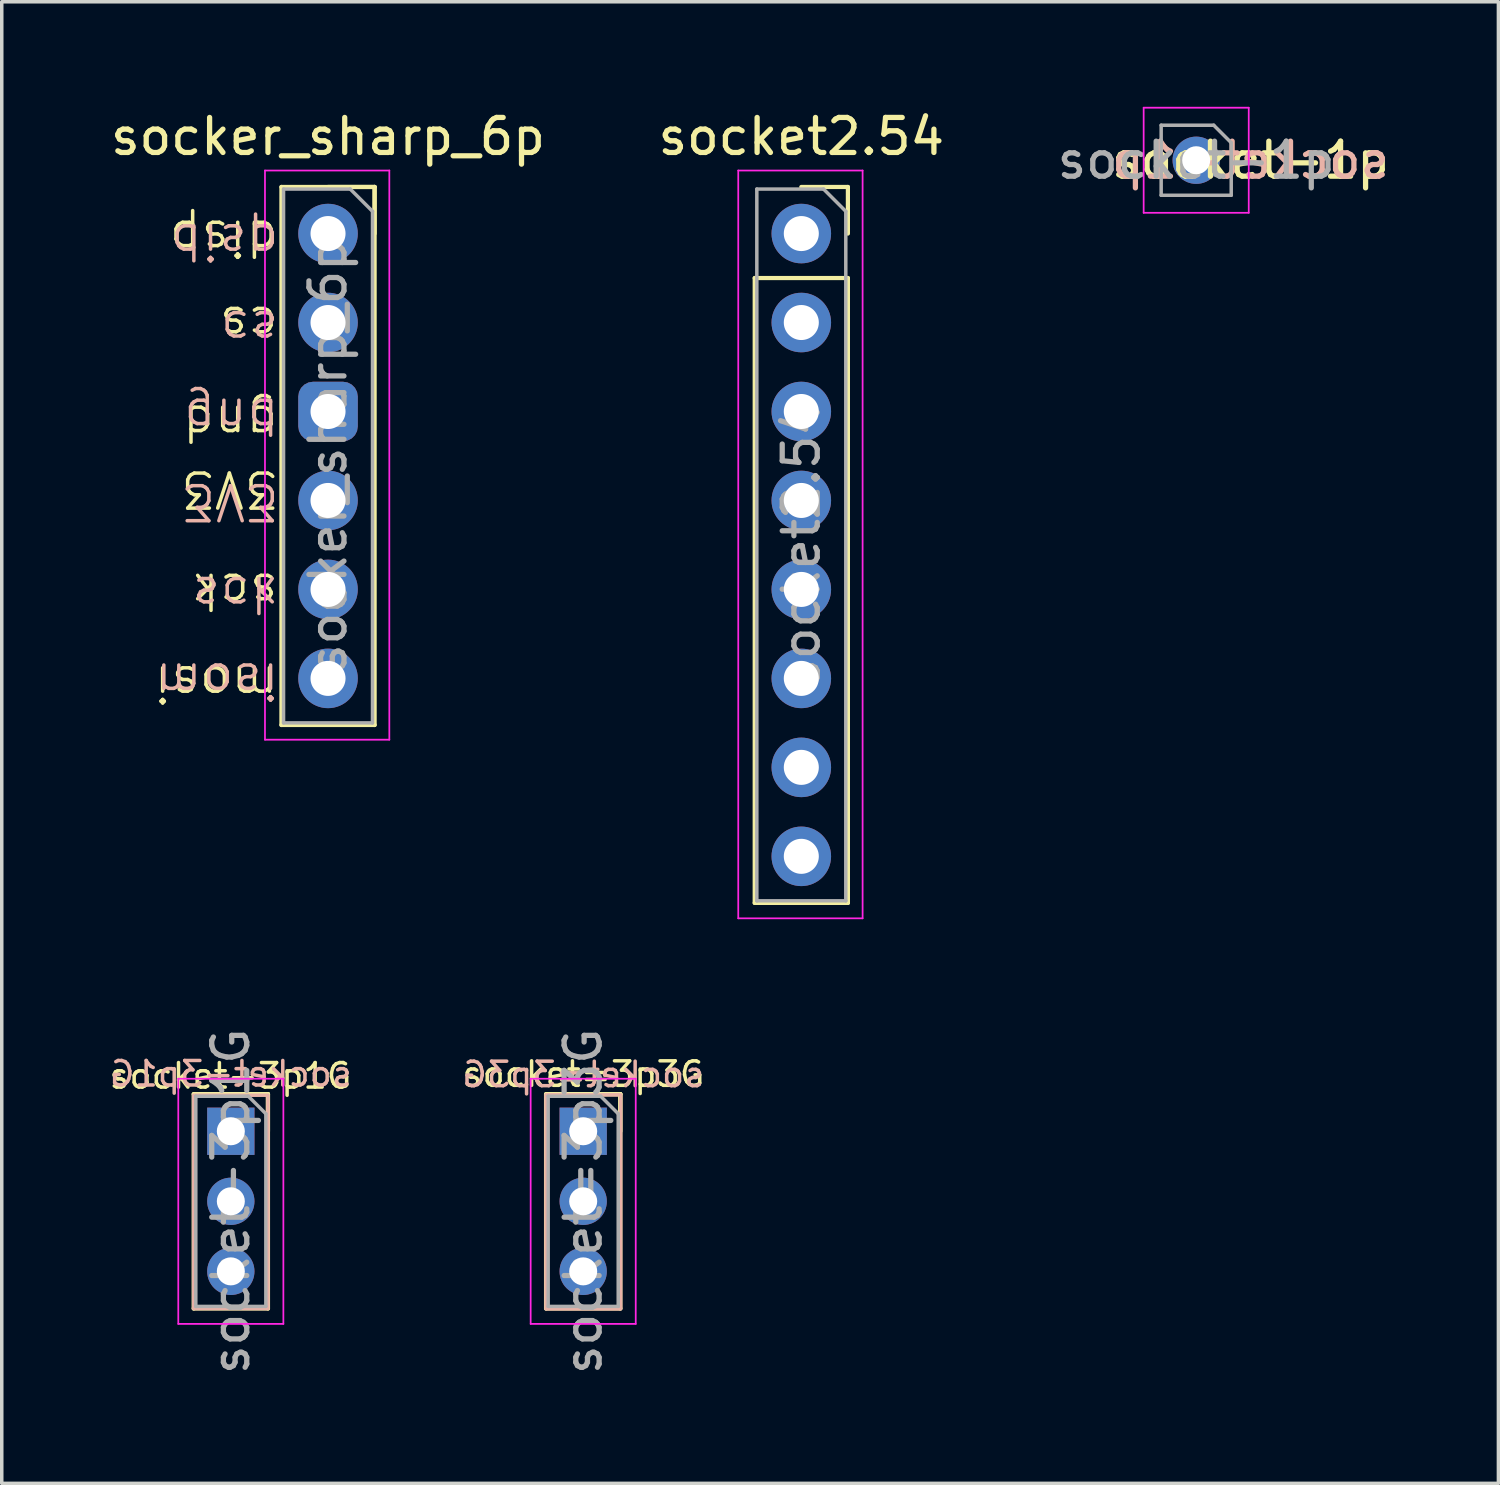
<source format=kicad_pcb>
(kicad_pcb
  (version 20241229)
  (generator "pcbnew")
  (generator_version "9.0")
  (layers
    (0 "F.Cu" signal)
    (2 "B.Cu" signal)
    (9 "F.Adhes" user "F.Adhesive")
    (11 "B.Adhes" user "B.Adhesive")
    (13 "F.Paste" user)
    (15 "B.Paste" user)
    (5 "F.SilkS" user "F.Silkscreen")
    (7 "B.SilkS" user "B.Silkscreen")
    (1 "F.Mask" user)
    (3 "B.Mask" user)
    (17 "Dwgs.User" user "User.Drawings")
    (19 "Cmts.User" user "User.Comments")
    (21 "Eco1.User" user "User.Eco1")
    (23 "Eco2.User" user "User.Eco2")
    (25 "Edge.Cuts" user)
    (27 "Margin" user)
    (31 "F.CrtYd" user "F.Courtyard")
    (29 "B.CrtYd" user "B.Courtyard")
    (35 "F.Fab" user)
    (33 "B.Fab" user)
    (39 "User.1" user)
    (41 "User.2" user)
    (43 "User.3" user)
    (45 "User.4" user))
  (footprint "socket-1p"
    (layer "F.Cu")
    (at 31.101 1.525)
    (property "Reference" "socket-1p" (at 1.55 0 0) (layer "F.SilkS") (effects (font (size 1 1) (thickness 0.15))))
    (attr through_hole)
    (fp_line (start -1.5 -1.5) (end 1.5 -1.5) (stroke (width 0.05) (type solid)) (layer "F.CrtYd"))
    (fp_line (start -1.5 1.5) (end -1.5 -1.5) (stroke (width 0.05) (type solid)) (layer "F.CrtYd"))
    (fp_line (start 1.5 -1.5) (end 1.5 1.5) (stroke (width 0.05) (type solid)) (layer "F.CrtYd"))
    (fp_line (start 1.5 1.5) (end -1.5 1.5) (stroke (width 0.05) (type solid)) (layer "F.CrtYd"))
    (fp_line (start -1 -1) (end 0.5 -1) (stroke (width 0.1) (type solid)) (layer "F.Fab"))
    (fp_line (start -1 1) (end -1 -1) (stroke (width 0.1) (type solid)) (layer "F.Fab"))
    (fp_line (start 0.5 -1) (end 1 -0.5) (stroke (width 0.1) (type solid)) (layer "F.Fab"))
    (fp_line (start 1 -0.5) (end 1 1) (stroke (width 0.1) (type solid)) (layer "F.Fab"))
    (fp_line (start 1 1) (end -1 1) (stroke (width 0.1) (type solid)) (layer "F.Fab"))
    (fp_text user "${REFERENCE}" (at 1.55 0 0) (layer "B.SilkS") (effects (font (size 1 1) (thickness 0.15)) (justify mirror)))
    (fp_text user "${REFERENCE}" (at 0 0 0) (layer "F.Fab") (effects (font (size 1 1) (thickness 0.15))))
    (pad "1" thru_hole circle (at 0 0) (size 1.35 1.35) (drill 0.8) (layers "*.Cu" "*.Mask")))
  (footprint "socker_sharp_6p"
    (layer "F.Cu")
    (at 6.315 3.618)
    (property "Reference" "socker_sharp_6p" (at 0 -2.77 0) (layer "F.SilkS") (effects (font (size 1 1) (thickness 0.15))))
    (attr through_hole)
    (fp_line (start -1.33 -1.33) (end -1.33 14.03) (stroke (width 0.12) (type solid)) (layer "F.SilkS"))
    (fp_line (start -1.33 -1.33) (end 1.33 -1.33) (stroke (width 0.12) (type solid)) (layer "F.SilkS"))
    (fp_line (start -1.33 14.03) (end 1.33 14.03) (stroke (width 0.12) (type solid)) (layer "F.SilkS"))
    (fp_line (start 0 -1.33) (end 1.33 -1.33) (stroke (width 0.12) (type solid)) (layer "F.SilkS"))
    (fp_line (start 1.33 -1.33) (end 1.33 0) (stroke (width 0.12) (type solid)) (layer "F.SilkS"))
    (fp_line (start 1.33 -1.33) (end 1.33 14.03) (stroke (width 0.12) (type solid)) (layer "F.SilkS"))
    (fp_line (start -1.8 -1.8) (end 1.75 -1.8) (stroke (width 0.05) (type solid)) (layer "F.CrtYd"))
    (fp_line (start -1.8 14.45) (end -1.8 -1.8) (stroke (width 0.05) (type solid)) (layer "F.CrtYd"))
    (fp_line (start 1.75 -1.8) (end 1.75 14.45) (stroke (width 0.05) (type solid)) (layer "F.CrtYd"))
    (fp_line (start 1.75 14.45) (end -1.8 14.45) (stroke (width 0.05) (type solid)) (layer "F.CrtYd"))
    (fp_line (start -1.27 -1.27) (end 0.635 -1.27) (stroke (width 0.1) (type solid)) (layer "F.Fab"))
    (fp_line (start -1.27 13.97) (end -1.27 -1.27) (stroke (width 0.1) (type solid)) (layer "F.Fab"))
    (fp_line (start 0.635 -1.27) (end 1.27 -0.635) (stroke (width 0.1) (type solid)) (layer "F.Fab"))
    (fp_line (start 1.27 -0.635) (end 1.27 13.97) (stroke (width 0.1) (type solid)) (layer "F.Fab"))
    (fp_line (start 1.27 13.97) (end -1.27 13.97) (stroke (width 0.1) (type solid)) (layer "F.Fab"))
    (fp_text user "sck" (at -1.37 9.63 180) (unlocked yes) (layer "F.SilkS") (effects (font (size 1 1) (thickness 0.1)) (justify left bottom)))
    (fp_text user "mosi" (at -1.37 12.27 180) (unlocked yes) (layer "F.SilkS") (effects (font (size 1 1) (thickness 0.1)) (justify left bottom)))
    (fp_text user "3V3" (at -1.37 6.71 180) (unlocked yes) (layer "F.SilkS") (effects (font (size 1 1) (thickness 0.1)) (justify left bottom)))
    (fp_text user "cs" (at -1.37 2.01 180) (unlocked yes) (layer "F.SilkS") (effects (font (size 1 1) (thickness 0.1)) (justify left bottom)))
    (fp_text user "gnd" (at -1.37 4.83 180) (unlocked yes) (layer "F.SilkS") (effects (font (size 1 1) (thickness 0.1)) (justify left bottom)))
    (fp_text user "disp" (at -1.37 -0.45 180) (unlocked yes) (layer "F.SilkS") (effects (font (size 1 1) (thickness 0.1)) (justify left bottom)))
    (fp_text user "3V3" (at -4.23 7.07 180) (unlocked yes) (layer "B.SilkS") (effects (font (size 1 1) (thickness 0.1)) (justify left bottom mirror)))
    (fp_text user "cs" (at -3.135 2.13 180) (unlocked yes) (layer "B.SilkS") (effects (font (size 1 1) (thickness 0.1)) (justify left bottom mirror)))
    (fp_text user "disp" (at -4.563 -0.35 180) (unlocked yes) (layer "B.SilkS") (effects (font (size 1 1) (thickness 0.1)) (justify left bottom mirror)))
    (fp_text user "gnd" (at -4.182 4.63 180) (unlocked yes) (layer "B.SilkS") (effects (font (size 1 1) (thickness 0.1)) (justify left bottom mirror)))
    (fp_text user "mosi" (at -4.992 12.19 180) (unlocked yes) (layer "B.SilkS") (effects (font (size 1 1) (thickness 0.1)) (justify left bottom mirror)))
    (fp_text user "sck" (at -3.944 9.72 180) (unlocked yes) (layer "B.SilkS") (effects (font (size 1 1) (thickness 0.1)) (justify left bottom mirror)))
    (fp_text user "${REFERENCE}" (at 0 6.35 90) (layer "F.Fab") (effects (font (size 1 1) (thickness 0.15))))
    (pad "1" thru_hole circle (at 0 0) (size 1.7 1.7) (drill 1) (layers "*.Cu" "*.Mask"))
    (pad "2" thru_hole oval (at 0 2.54) (size 1.7 1.7) (drill 1) (layers "*.Cu" "*.Mask"))
    (pad "3" thru_hole roundrect (at 0 5.08) (size 1.7 1.7) (drill 1) (layers "*.Cu" "*.Mask") (roundrect_rratio 0.25))
    (pad "4" thru_hole oval (at 0 7.62) (size 1.7 1.7) (drill 1) (layers "*.Cu" "*.Mask"))
    (pad "5" thru_hole oval (at 0 10.16) (size 1.7 1.7) (drill 1) (layers "*.Cu" "*.Mask"))
    (pad "6" thru_hole oval (at 0 12.7) (size 1.7 1.7) (drill 1) (layers "*.Cu" "*.Mask")))
  (footprint "socket=3p3G"
    (layer "F.Cu")
    (at 13.6 29.247)
    (property "Reference" "socket=3p3G" (at 0.01 -1.63 0) (layer "F.SilkS") (effects (font (size 0.7 0.7) (thickness 0.1))))
    (attr through_hole)
    (fp_line (start -1.06 -1.06) (end -1.06 5.06) (stroke (width 0.12) (type solid)) (layer "F.SilkS"))
    (fp_line (start -1.06 -1.06) (end 1.06 -1.06) (stroke (width 0.12) (type solid)) (layer "F.SilkS"))
    (fp_line (start -1.06 5.06) (end 1.06 5.06) (stroke (width 0.12) (type solid)) (layer "F.SilkS"))
    (fp_line (start 0 -1.06) (end 1.06 -1.06) (stroke (width 0.12) (type solid)) (layer "F.SilkS"))
    (fp_line (start 1.06 -1.06) (end 1.06 0) (stroke (width 0.12) (type solid)) (layer "F.SilkS"))
    (fp_line (start 1.06 -1.06) (end 1.06 5.06) (stroke (width 0.12) (type solid)) (layer "F.SilkS"))
    (fp_rect (start -1.06 -1.04) (end 1.07 5.07) (stroke (width 0.1) (type default)) (fill no) (layer "B.SilkS"))
    (fp_line (start -1.5 -1.5) (end 1.5 -1.5) (stroke (width 0.05) (type solid)) (layer "F.CrtYd"))
    (fp_line (start -1.5 5.5) (end -1.5 -1.5) (stroke (width 0.05) (type solid)) (layer "F.CrtYd"))
    (fp_line (start 1.5 -1.5) (end 1.5 5.5) (stroke (width 0.05) (type solid)) (layer "F.CrtYd"))
    (fp_line (start 1.5 5.5) (end -1.5 5.5) (stroke (width 0.05) (type solid)) (layer "F.CrtYd"))
    (fp_line (start -1 -1) (end 0.5 -1) (stroke (width 0.1) (type solid)) (layer "F.Fab"))
    (fp_line (start -1 5) (end -1 -1) (stroke (width 0.1) (type solid)) (layer "F.Fab"))
    (fp_line (start 0.5 -1) (end 1 -0.5) (stroke (width 0.1) (type solid)) (layer "F.Fab"))
    (fp_line (start 1 -0.5) (end 1 5) (stroke (width 0.1) (type solid)) (layer "F.Fab"))
    (fp_line (start 1 5) (end -1 5) (stroke (width 0.1) (type solid)) (layer "F.Fab"))
    (fp_text user "${REFERENCE}" (at 0 -1.62 0) (layer "B.SilkS") (effects (font (size 0.7 0.7) (thickness 0.1)) (justify mirror)))
    (fp_text user "${REFERENCE}" (at 0 2 270) (layer "F.Fab") (effects (font (size 1 1) (thickness 0.15))))
    (pad "1" thru_hole oval (at 0 4) (size 1.35 1.35) (drill 0.8) (layers "*.Cu" "*.Mask"))
    (pad "2" thru_hole oval (at 0 2) (size 1.35 1.35) (drill 0.8) (layers "*.Cu" "*.Mask"))
    (pad "3" thru_hole rect (at 0 0) (size 1.35 1.35) (drill 0.8) (layers "*.Cu" "*.Mask")))
  (footprint "socket-3p1G"
    (layer "F.Cu")
    (at 3.54 29.247)
    (property "Reference" "socket-3p1G" (at -0.01 -1.58 0) (layer "F.SilkS") (effects (font (size 0.7 0.7) (thickness 0.1))))
    (attr through_hole)
    (fp_line (start -1.06 -1.06) (end -1.06 5.06) (stroke (width 0.12) (type solid)) (layer "F.SilkS"))
    (fp_line (start -1.06 -1.06) (end 1.06 -1.06) (stroke (width 0.12) (type solid)) (layer "F.SilkS"))
    (fp_line (start -1.06 5.06) (end 1.06 5.06) (stroke (width 0.12) (type solid)) (layer "F.SilkS"))
    (fp_line (start 0 -1.06) (end 1.06 -1.06) (stroke (width 0.12) (type solid)) (layer "F.SilkS"))
    (fp_line (start 1.06 -1.06) (end 1.06 0) (stroke (width 0.12) (type solid)) (layer "F.SilkS"))
    (fp_line (start 1.06 -1.06) (end 1.06 5.06) (stroke (width 0.12) (type solid)) (layer "F.SilkS"))
    (fp_rect (start -1.06 -1.03) (end 1.06 5.06) (stroke (width 0.1) (type default)) (fill no) (layer "B.SilkS"))
    (fp_line (start -1.5 -1.5) (end 1.5 -1.5) (stroke (width 0.05) (type solid)) (layer "F.CrtYd"))
    (fp_line (start -1.5 5.5) (end -1.5 -1.5) (stroke (width 0.05) (type solid)) (layer "F.CrtYd"))
    (fp_line (start 1.5 -1.5) (end 1.5 5.5) (stroke (width 0.05) (type solid)) (layer "F.CrtYd"))
    (fp_line (start 1.5 5.5) (end -1.5 5.5) (stroke (width 0.05) (type solid)) (layer "F.CrtYd"))
    (fp_line (start -1 -1) (end 0.5 -1) (stroke (width 0.1) (type solid)) (layer "F.Fab"))
    (fp_line (start -1 5) (end -1 -1) (stroke (width 0.1) (type solid)) (layer "F.Fab"))
    (fp_line (start 0.5 -1) (end 1 -0.5) (stroke (width 0.1) (type solid)) (layer "F.Fab"))
    (fp_line (start 1 -0.5) (end 1 5) (stroke (width 0.1) (type solid)) (layer "F.Fab"))
    (fp_line (start 1 5) (end -1 5) (stroke (width 0.1) (type solid)) (layer "F.Fab"))
    (fp_text user "${REFERENCE}" (at 0 -1.64 0) (layer "B.SilkS") (effects (font (size 0.7 0.7) (thickness 0.1)) (justify mirror)))
    (fp_text user "${REFERENCE}" (at 0 2 90) (layer "F.Fab") (effects (font (size 1 1) (thickness 0.15))))
    (pad "1" thru_hole rect (at 0 0) (size 1.35 1.35) (drill 0.8) (layers "*.Cu" "*.Mask"))
    (pad "2" thru_hole oval (at 0 2) (size 1.35 1.35) (drill 0.8) (layers "*.Cu" "*.Mask"))
    (pad "3" thru_hole oval (at 0 4) (size 1.35 1.35) (drill 0.8) (layers "*.Cu" "*.Mask")))
  (footprint "socket2.54"
    (layer "F.Cu")
    (at 19.827 3.618)
    (property "Reference" "socket2.54" (at 0 -2.77 180) (layer "F.SilkS") (effects (font (size 1 1) (thickness 0.15))))
    (attr through_hole)
    (fp_line (start -1.33 1.27) (end -1.33 19.11) (stroke (width 0.12) (type solid)) (layer "F.SilkS"))
    (fp_line (start -1.33 1.27) (end 1.33 1.27) (stroke (width 0.12) (type solid)) (layer "F.SilkS"))
    (fp_line (start -1.33 19.11) (end 1.33 19.11) (stroke (width 0.12) (type solid)) (layer "F.SilkS"))
    (fp_line (start 0 -1.33) (end 1.33 -1.33) (stroke (width 0.12) (type solid)) (layer "F.SilkS"))
    (fp_line (start 1.33 -1.33) (end 1.33 0) (stroke (width 0.12) (type solid)) (layer "F.SilkS"))
    (fp_line (start 1.33 1.27) (end 1.33 19.11) (stroke (width 0.12) (type solid)) (layer "F.SilkS"))
    (fp_line (start -1.8 -1.8) (end 1.75 -1.8) (stroke (width 0.05) (type solid)) (layer "F.CrtYd"))
    (fp_line (start -1.8 19.55) (end -1.8 -1.8) (stroke (width 0.05) (type solid)) (layer "F.CrtYd"))
    (fp_line (start 1.75 -1.8) (end 1.75 19.55) (stroke (width 0.05) (type solid)) (layer "F.CrtYd"))
    (fp_line (start 1.75 19.55) (end -1.8 19.55) (stroke (width 0.05) (type solid)) (layer "F.CrtYd"))
    (fp_line (start -1.27 -1.27) (end 0.635 -1.27) (stroke (width 0.1) (type solid)) (layer "F.Fab"))
    (fp_line (start -1.27 19.05) (end -1.27 -1.27) (stroke (width 0.1) (type solid)) (layer "F.Fab"))
    (fp_line (start 0.635 -1.27) (end 1.27 -0.635) (stroke (width 0.1) (type solid)) (layer "F.Fab"))
    (fp_line (start 1.27 -0.635) (end 1.27 19.05) (stroke (width 0.1) (type solid)) (layer "F.Fab"))
    (fp_line (start 1.27 19.05) (end -1.27 19.05) (stroke (width 0.1) (type solid)) (layer "F.Fab"))
    (fp_text user "${REFERENCE}" (at 0 8.89 90) (layer "F.Fab") (effects (font (size 1 1) (thickness 0.15))))
    (pad "1" thru_hole circle (at 0 0) (size 1.7 1.7) (drill 1) (layers "*.Cu" "*.Mask"))
    (pad "2" thru_hole oval (at 0 2.54) (size 1.7 1.7) (drill 1) (layers "*.Cu" "*.Mask"))
    (pad "3" thru_hole oval (at 0 5.08) (size 1.7 1.7) (drill 1) (layers "*.Cu" "*.Mask"))
    (pad "4" thru_hole oval (at 0 7.62) (size 1.7 1.7) (drill 1) (layers "*.Cu" "*.Mask"))
    (pad "5" thru_hole oval (at 0 10.16) (size 1.7 1.7) (drill 1) (layers "*.Cu" "*.Mask"))
    (pad "6" thru_hole oval (at 0 12.7) (size 1.7 1.7) (drill 1) (layers "*.Cu" "*.Mask"))
    (pad "7" thru_hole oval (at 0 15.24) (size 1.7 1.7) (drill 1) (layers "*.Cu" "*.Mask"))
    (pad "8" thru_hole oval (at 0 17.78) (size 1.7 1.7) (drill 1) (layers "*.Cu" "*.Mask")))
  (gr_rect
    (start -3 -3)
    (end 39.729 39.3)
    (stroke (width 0.1) (type default))
    (fill no)
    (layer "Edge.Cuts")))
</source>
